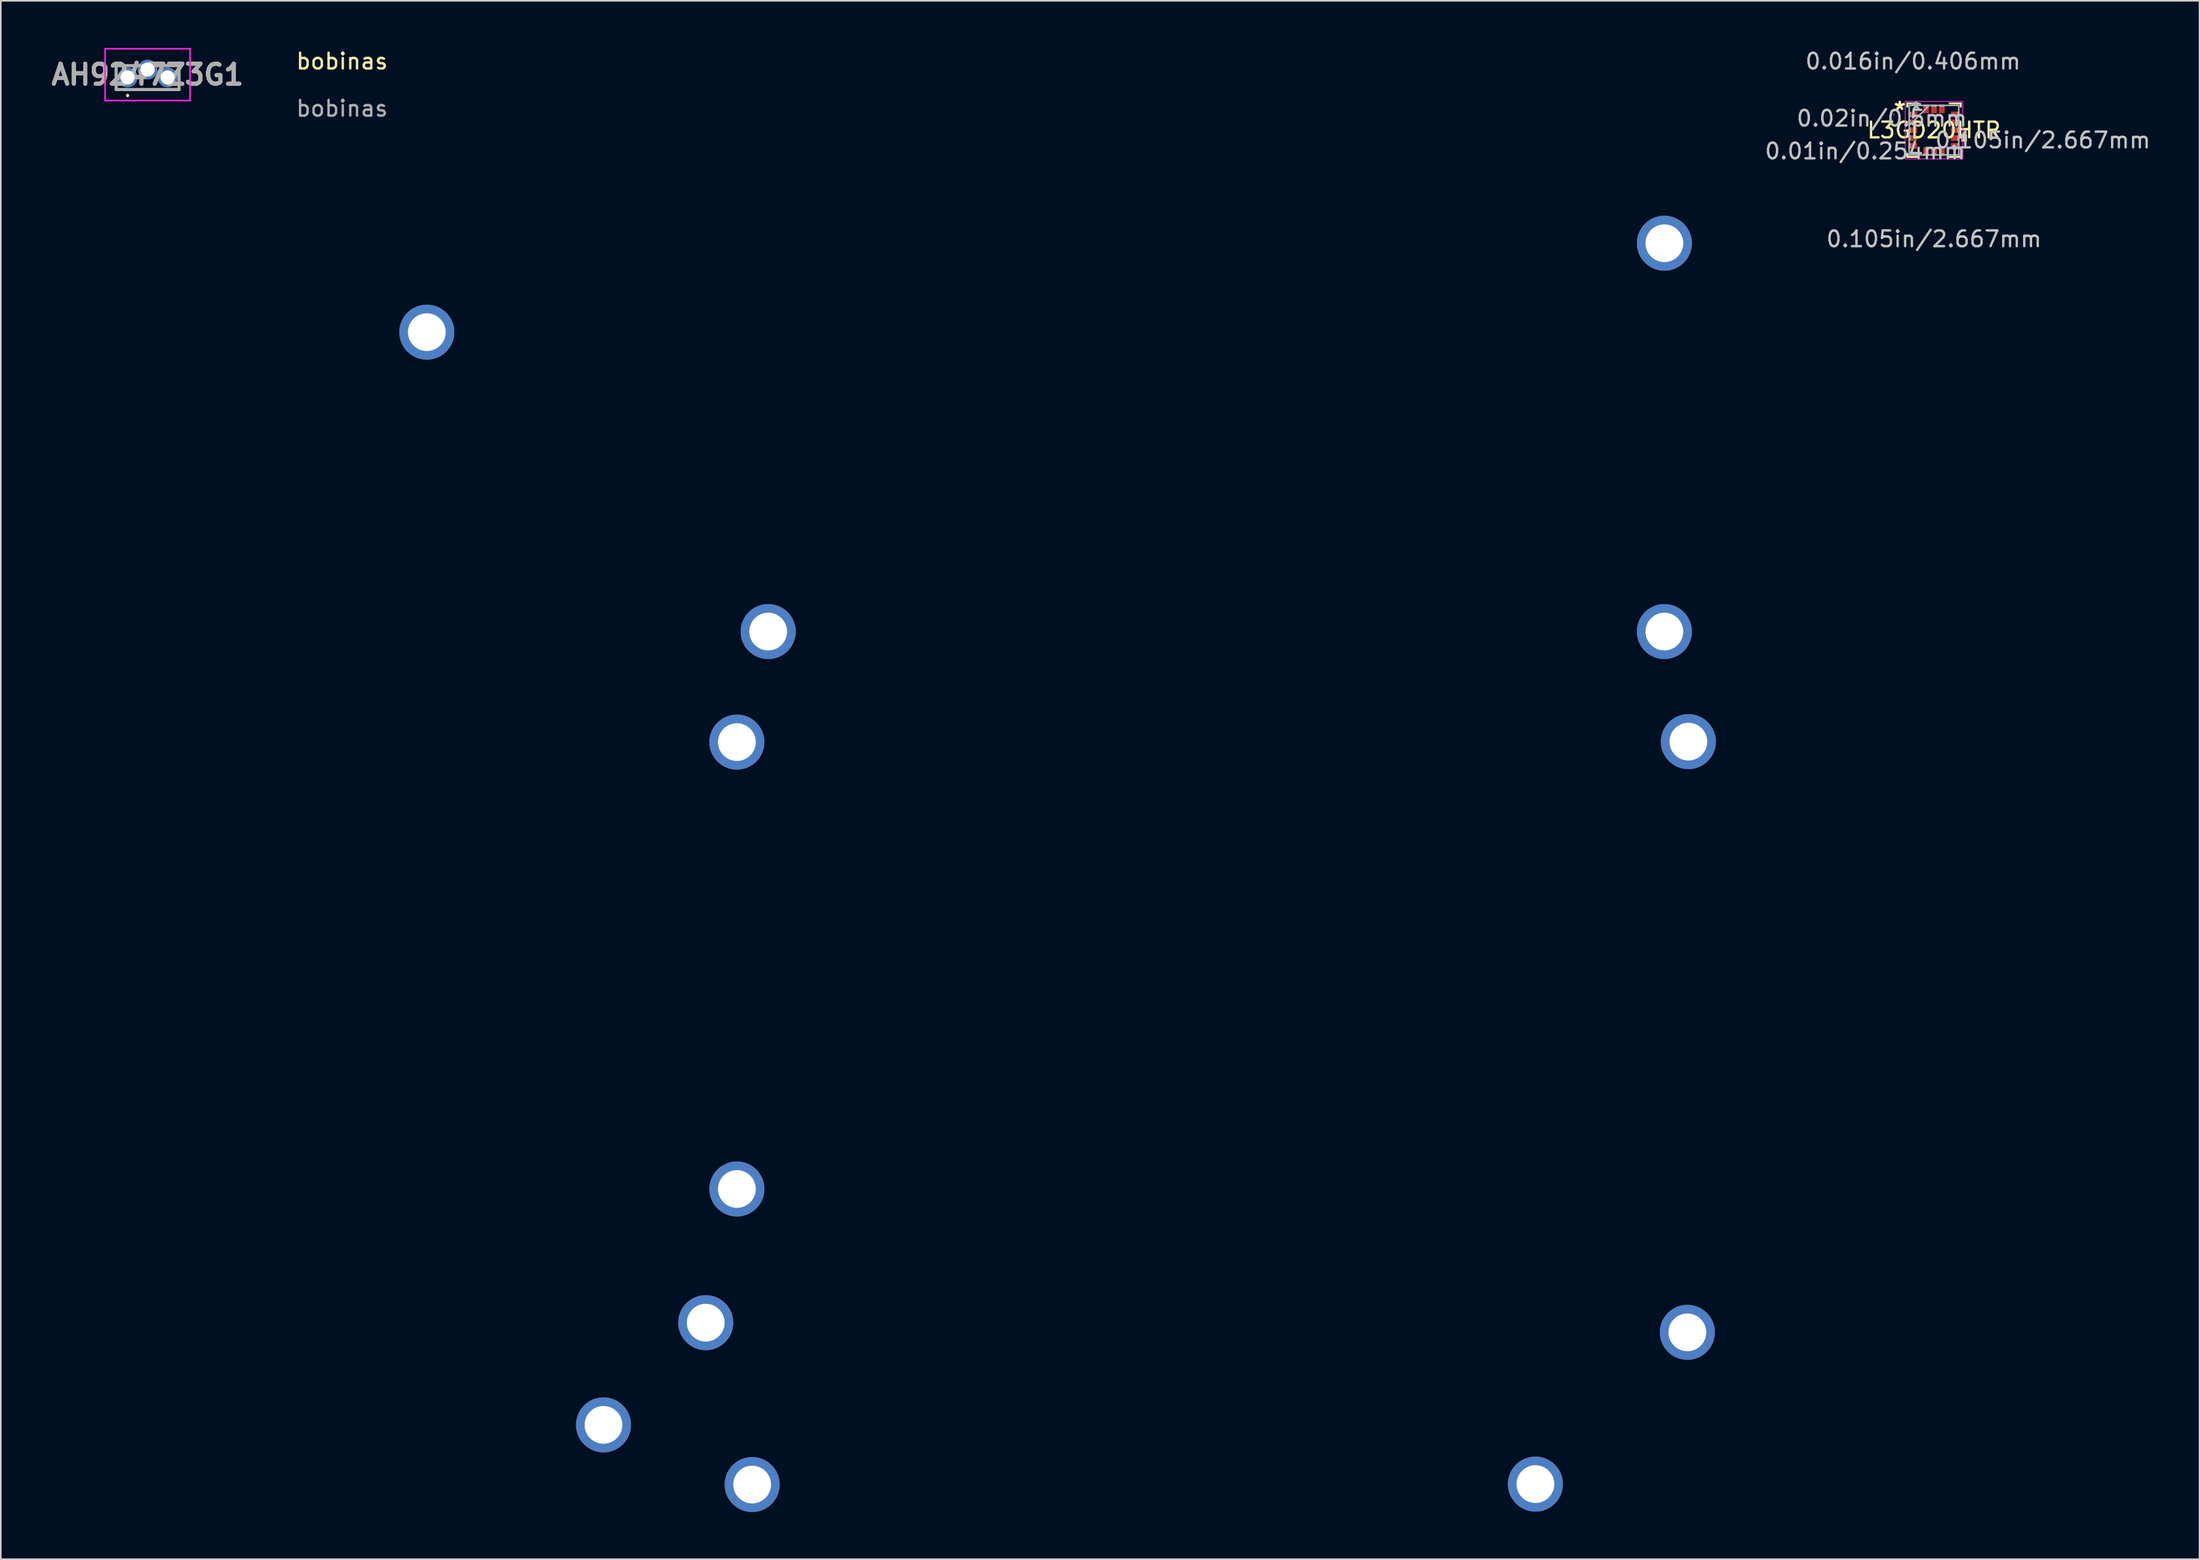
<source format=kicad_pcb>
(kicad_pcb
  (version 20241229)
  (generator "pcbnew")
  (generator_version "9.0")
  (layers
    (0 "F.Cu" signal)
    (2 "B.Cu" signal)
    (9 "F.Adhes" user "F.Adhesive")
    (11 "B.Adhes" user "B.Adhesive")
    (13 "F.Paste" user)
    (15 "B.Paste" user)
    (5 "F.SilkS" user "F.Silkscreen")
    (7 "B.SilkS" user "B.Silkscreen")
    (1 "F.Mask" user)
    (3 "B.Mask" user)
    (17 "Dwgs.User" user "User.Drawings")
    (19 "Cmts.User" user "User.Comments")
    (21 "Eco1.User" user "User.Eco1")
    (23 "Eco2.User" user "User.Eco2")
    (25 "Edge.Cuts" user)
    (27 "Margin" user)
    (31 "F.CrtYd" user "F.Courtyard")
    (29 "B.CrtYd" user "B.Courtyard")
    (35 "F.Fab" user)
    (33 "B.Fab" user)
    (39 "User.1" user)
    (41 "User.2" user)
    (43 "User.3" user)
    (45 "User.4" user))
  (footprint "AH9247Z3G1"
    (layer "F.Cu")
    (at 5.062 1.875)
    (property "Reference" "AH9247Z3G1" (at 1.27 -0.177 0) (layer "F.SilkS") (effects (font (size 1.27 1.27) (thickness 0.254))))
    (attr through_hole)
    (fp_line (start -0.73 0.77) (end 3.27 0.77) (stroke (width 0.1) (type solid)) (layer "F.SilkS"))
    (fp_line (start 0 1.1) (end 0 1.1) (stroke (width 0.1) (type solid)) (layer "F.SilkS"))
    (fp_line (start 0 1.2) (end 0 1.2) (stroke (width 0.1) (type solid)) (layer "F.SilkS"))
    (fp_arc (start 0 1.1) (mid 0.05 1.15) (end 0 1.2) (stroke (width 0.1) (type solid)) (layer "F.SilkS"))
    (fp_arc (start 0 1.2) (mid -0.05 1.15) (end 0 1.1) (stroke (width 0.1) (type solid)) (layer "F.SilkS"))
    (fp_line (start -1.43 -1.825) (end 3.97 -1.825) (stroke (width 0.1) (type solid)) (layer "F.CrtYd"))
    (fp_line (start -1.43 1.47) (end -1.43 -1.825) (stroke (width 0.1) (type solid)) (layer "F.CrtYd"))
    (fp_line (start 3.97 -1.825) (end 3.97 1.47) (stroke (width 0.1) (type solid)) (layer "F.CrtYd"))
    (fp_line (start 3.97 1.47) (end -1.43 1.47) (stroke (width 0.1) (type solid)) (layer "F.CrtYd"))
    (fp_line (start -0.73 -0.75) (end 3.27 -0.75) (stroke (width 0.2) (type solid)) (layer "F.Fab"))
    (fp_line (start -0.73 0.77) (end -0.73 -0.75) (stroke (width 0.2) (type solid)) (layer "F.Fab"))
    (fp_line (start 3.27 -0.75) (end 3.27 0.77) (stroke (width 0.2) (type solid)) (layer "F.Fab"))
    (fp_line (start 3.27 0.77) (end -0.73 0.77) (stroke (width 0.2) (type solid)) (layer "F.Fab"))
    (fp_text user "${REFERENCE}" (at 1.27 -0.177 0) (layer "F.Fab") (effects (font (size 1.27 1.27) (thickness 0.254))))
    (pad "1" thru_hole circle (at 0 0) (size 1.25 1.25) (drill 0.9) (layers "*.Cu" "*.Mask"))
    (pad "2" thru_hole circle (at 1.27 -0.5) (size 1.25 1.25) (drill 0.9) (layers "*.Cu" "*.Mask"))
    (pad "3" thru_hole circle (at 2.54 0) (size 1.25 1.25) (drill 0.9) (layers "*.Cu" "*.Mask")))
  (footprint "bobinas"
    (layer "F.Cu")
    (at 18.693 1.348)
    (property "Reference" "bobinas" (at 0 -0.5 0) (unlocked yes) (layer "F.SilkS") (effects (font (size 1 1) (thickness 0.15))))
    (attr through_hole)
    (fp_text user "${REFERENCE}" (at 0 2.5 0) (unlocked yes) (layer "F.Fab") (effects (font (size 1 1) (thickness 0.15))))
    (pad "" np_thru_hole circle (at 5.39 16.729) (size 3.5 3.5) (drill 2.4) (layers "*.Cu" "*.Mask"))
    (pad "" np_thru_hole circle (at 16.62 86.229) (size 3.5 3.5) (drill 2.4) (layers "*.Cu" "*.Mask"))
    (pad "" np_thru_hole circle (at 23.12 79.729) (size 3.5 3.5) (drill 2.4) (layers "*.Cu" "*.Mask"))
    (pad "" np_thru_hole circle (at 25.1 42.802) (size 3.5 3.5) (drill 2.4) (layers "*.Cu" "*.Mask"))
    (pad "" np_thru_hole circle (at 25.1 71.226) (size 3.5 3.5) (drill 2.4) (layers "*.Cu" "*.Mask"))
    (pad "" np_thru_hole circle (at 26.071 90.025) (size 3.5 3.5) (drill 2.4) (layers "*.Cu" "*.Mask"))
    (pad "" np_thru_hole circle (at 27.09 35.772) (size 3.5 3.5) (drill 2.4) (layers "*.Cu" "*.Mask"))
    (pad "" np_thru_hole circle (at 75.863 89.997) (size 3.5 3.5) (drill 2.4) (layers "*.Cu" "*.Mask"))
    (pad "" np_thru_hole circle (at 84.06 11.072) (size 3.5 3.5) (drill 2.4) (layers "*.Cu" "*.Mask"))
    (pad "" np_thru_hole circle (at 84.06 35.772) (size 3.5 3.5) (drill 2.4) (layers "*.Cu" "*.Mask"))
    (pad "" np_thru_hole circle (at 85.52 80.344) (size 3.5 3.5) (drill 2.4) (layers "*.Cu" "*.Mask"))
    (pad "" np_thru_hole circle (at 85.585 42.772) (size 3.5 3.5) (drill 2.4) (layers "*.Cu" "*.Mask")))
  (footprint "L3GD20HTR"
    (layer "F.Cu")
    (at 119.892 5.23)
    (property "Reference" "L3GD20HTR" (at 0 0 0) (layer "F.SilkS") (effects (font (size 1 1) (thickness 0.15))))
    (attr through_hole)
    (fp_line (start -1.702 -1.702) (end -1.702 -1.49) (stroke (width 0.12) (type solid)) (layer "F.SilkS"))
    (fp_line (start -1.702 1.49) (end -1.702 1.702) (stroke (width 0.12) (type solid)) (layer "F.SilkS"))
    (fp_line (start -1.702 1.702) (end -0.99 1.702) (stroke (width 0.12) (type solid)) (layer "F.SilkS"))
    (fp_line (start -0.99 -1.702) (end -1.702 -1.702) (stroke (width 0.12) (type solid)) (layer "F.SilkS"))
    (fp_line (start 0.99 1.702) (end 1.702 1.702) (stroke (width 0.12) (type solid)) (layer "F.SilkS"))
    (fp_line (start 1.702 -1.702) (end 0.99 -1.702) (stroke (width 0.12) (type solid)) (layer "F.SilkS"))
    (fp_line (start 1.702 -1.49) (end 1.702 -1.702) (stroke (width 0.12) (type solid)) (layer "F.SilkS"))
    (fp_line (start 1.702 1.702) (end 1.702 1.49) (stroke (width 0.12) (type solid)) (layer "F.SilkS"))
    (fp_poly (pts (xy 2.045 0.309) (xy 2.045 0.69) (xy 1.791 0.69) (xy 1.791 0.309)) (stroke (width 0.1) (type solid)) (fill yes) (layer "F.SilkS"))
    (fp_line (start -1.829 -1.829) (end -0.881 -1.829) (stroke (width 0.05) (type solid)) (layer "F.CrtYd"))
    (fp_line (start -1.829 -1.381) (end -1.829 -1.829) (stroke (width 0.05) (type solid)) (layer "F.CrtYd"))
    (fp_line (start -1.829 -1.381) (end -1.829 -1.381) (stroke (width 0.05) (type solid)) (layer "F.CrtYd"))
    (fp_line (start -1.829 1.381) (end -1.829 -1.381) (stroke (width 0.05) (type solid)) (layer "F.CrtYd"))
    (fp_line (start -1.829 1.381) (end -1.829 1.381) (stroke (width 0.05) (type solid)) (layer "F.CrtYd"))
    (fp_line (start -1.829 1.829) (end -1.829 1.381) (stroke (width 0.05) (type solid)) (layer "F.CrtYd"))
    (fp_line (start -0.881 -1.829) (end -0.881 -1.829) (stroke (width 0.05) (type solid)) (layer "F.CrtYd"))
    (fp_line (start -0.881 -1.829) (end 0.881 -1.829) (stroke (width 0.05) (type solid)) (layer "F.CrtYd"))
    (fp_line (start -0.881 1.829) (end -1.829 1.829) (stroke (width 0.05) (type solid)) (layer "F.CrtYd"))
    (fp_line (start -0.881 1.829) (end -0.881 1.829) (stroke (width 0.05) (type solid)) (layer "F.CrtYd"))
    (fp_line (start 0.881 -1.829) (end 0.881 -1.829) (stroke (width 0.05) (type solid)) (layer "F.CrtYd"))
    (fp_line (start 0.881 -1.829) (end 1.829 -1.829) (stroke (width 0.05) (type solid)) (layer "F.CrtYd"))
    (fp_line (start 0.881 1.829) (end -0.881 1.829) (stroke (width 0.05) (type solid)) (layer "F.CrtYd"))
    (fp_line (start 0.881 1.829) (end 0.881 1.829) (stroke (width 0.05) (type solid)) (layer "F.CrtYd"))
    (fp_line (start 1.829 -1.829) (end 1.829 -1.381) (stroke (width 0.05) (type solid)) (layer "F.CrtYd"))
    (fp_line (start 1.829 -1.381) (end 1.829 -1.381) (stroke (width 0.05) (type solid)) (layer "F.CrtYd"))
    (fp_line (start 1.829 -1.381) (end 1.829 1.381) (stroke (width 0.05) (type solid)) (layer "F.CrtYd"))
    (fp_line (start 1.829 1.381) (end 1.829 1.381) (stroke (width 0.05) (type solid)) (layer "F.CrtYd"))
    (fp_line (start 1.829 1.381) (end 1.829 1.829) (stroke (width 0.05) (type solid)) (layer "F.CrtYd"))
    (fp_line (start 1.829 1.829) (end 0.881 1.829) (stroke (width 0.05) (type solid)) (layer "F.CrtYd"))
    (fp_circle (center -2.54 -1) (end -2.54 -1) (stroke (width 0.05) (type solid)) (fill no) (layer "F.CrtYd"))
    (fp_line (start -1.575 -1.575) (end -1.575 -1.575) (stroke (width 0.1) (type solid)) (layer "F.Fab"))
    (fp_line (start -1.575 -1.575) (end -1.575 1.575) (stroke (width 0.1) (type solid)) (layer "F.Fab"))
    (fp_line (start -1.575 -1.127) (end -1.537 -1.127) (stroke (width 0.1) (type solid)) (layer "F.Fab"))
    (fp_line (start -1.575 -0.873) (end -1.575 -1.127) (stroke (width 0.1) (type solid)) (layer "F.Fab"))
    (fp_line (start -1.575 -0.627) (end -1.537 -0.627) (stroke (width 0.1) (type solid)) (layer "F.Fab"))
    (fp_line (start -1.575 -0.373) (end -1.575 -0.627) (stroke (width 0.1) (type solid)) (layer "F.Fab"))
    (fp_line (start -1.575 -0.305) (end -0.305 -1.575) (stroke (width 0.1) (type solid)) (layer "F.Fab"))
    (fp_line (start -1.575 -0.127) (end -1.537 -0.127) (stroke (width 0.1) (type solid)) (layer "F.Fab"))
    (fp_line (start -1.575 0.127) (end -1.575 -0.127) (stroke (width 0.1) (type solid)) (layer "F.Fab"))
    (fp_line (start -1.575 0.373) (end -1.537 0.373) (stroke (width 0.1) (type solid)) (layer "F.Fab"))
    (fp_line (start -1.575 0.627) (end -1.575 0.373) (stroke (width 0.1) (type solid)) (layer "F.Fab"))
    (fp_line (start -1.575 0.873) (end -1.537 0.873) (stroke (width 0.1) (type solid)) (layer "F.Fab"))
    (fp_line (start -1.575 1.127) (end -1.575 0.873) (stroke (width 0.1) (type solid)) (layer "F.Fab"))
    (fp_line (start -1.575 1.575) (end -1.575 1.575) (stroke (width 0.1) (type solid)) (layer "F.Fab"))
    (fp_line (start -1.575 1.575) (end 1.575 1.575) (stroke (width 0.1) (type solid)) (layer "F.Fab"))
    (fp_line (start -1.537 -1.127) (end -1.537 -0.873) (stroke (width 0.1) (type solid)) (layer "F.Fab"))
    (fp_line (start -1.537 -0.873) (end -1.575 -0.873) (stroke (width 0.1) (type solid)) (layer "F.Fab"))
    (fp_line (start -1.537 -0.627) (end -1.537 -0.373) (stroke (width 0.1) (type solid)) (layer "F.Fab"))
    (fp_line (start -1.537 -0.373) (end -1.575 -0.373) (stroke (width 0.1) (type solid)) (layer "F.Fab"))
    (fp_line (start -1.537 -0.127) (end -1.537 0.127) (stroke (width 0.1) (type solid)) (layer "F.Fab"))
    (fp_line (start -1.537 0.127) (end -1.575 0.127) (stroke (width 0.1) (type solid)) (layer "F.Fab"))
    (fp_line (start -1.537 0.373) (end -1.537 0.627) (stroke (width 0.1) (type solid)) (layer "F.Fab"))
    (fp_line (start -1.537 0.627) (end -1.575 0.627) (stroke (width 0.1) (type solid)) (layer "F.Fab"))
    (fp_line (start -1.537 0.873) (end -1.537 1.127) (stroke (width 0.1) (type solid)) (layer "F.Fab"))
    (fp_line (start -1.537 1.127) (end -1.575 1.127) (stroke (width 0.1) (type solid)) (layer "F.Fab"))
    (fp_line (start -0.627 -1.575) (end -0.373 -1.575) (stroke (width 0.1) (type solid)) (layer "F.Fab"))
    (fp_line (start -0.627 -1.537) (end -0.627 -1.575) (stroke (width 0.1) (type solid)) (layer "F.Fab"))
    (fp_line (start -0.627 1.537) (end -0.373 1.537) (stroke (width 0.1) (type solid)) (layer "F.Fab"))
    (fp_line (start -0.627 1.575) (end -0.627 1.537) (stroke (width 0.1) (type solid)) (layer "F.Fab"))
    (fp_line (start -0.373 -1.575) (end -0.373 -1.537) (stroke (width 0.1) (type solid)) (layer "F.Fab"))
    (fp_line (start -0.373 -1.537) (end -0.627 -1.537) (stroke (width 0.1) (type solid)) (layer "F.Fab"))
    (fp_line (start -0.373 1.537) (end -0.373 1.575) (stroke (width 0.1) (type solid)) (layer "F.Fab"))
    (fp_line (start -0.373 1.575) (end -0.627 1.575) (stroke (width 0.1) (type solid)) (layer "F.Fab"))
    (fp_line (start -0.127 -1.575) (end 0.127 -1.575) (stroke (width 0.1) (type solid)) (layer "F.Fab"))
    (fp_line (start -0.127 -1.537) (end -0.127 -1.575) (stroke (width 0.1) (type solid)) (layer "F.Fab"))
    (fp_line (start -0.127 1.537) (end 0.127 1.537) (stroke (width 0.1) (type solid)) (layer "F.Fab"))
    (fp_line (start -0.127 1.575) (end -0.127 1.537) (stroke (width 0.1) (type solid)) (layer "F.Fab"))
    (fp_line (start 0.127 -1.575) (end 0.127 -1.537) (stroke (width 0.1) (type solid)) (layer "F.Fab"))
    (fp_line (start 0.127 -1.537) (end -0.127 -1.537) (stroke (width 0.1) (type solid)) (layer "F.Fab"))
    (fp_line (start 0.127 1.537) (end 0.127 1.575) (stroke (width 0.1) (type solid)) (layer "F.Fab"))
    (fp_line (start 0.127 1.575) (end -0.127 1.575) (stroke (width 0.1) (type solid)) (layer "F.Fab"))
    (fp_line (start 0.373 -1.575) (end 0.627 -1.575) (stroke (width 0.1) (type solid)) (layer "F.Fab"))
    (fp_line (start 0.373 -1.537) (end 0.373 -1.575) (stroke (width 0.1) (type solid)) (layer "F.Fab"))
    (fp_line (start 0.373 1.537) (end 0.627 1.537) (stroke (width 0.1) (type solid)) (layer "F.Fab"))
    (fp_line (start 0.373 1.575) (end 0.373 1.537) (stroke (width 0.1) (type solid)) (layer "F.Fab"))
    (fp_line (start 0.627 -1.575) (end 0.627 -1.537) (stroke (width 0.1) (type solid)) (layer "F.Fab"))
    (fp_line (start 0.627 -1.537) (end 0.373 -1.537) (stroke (width 0.1) (type solid)) (layer "F.Fab"))
    (fp_line (start 0.627 1.537) (end 0.627 1.575) (stroke (width 0.1) (type solid)) (layer "F.Fab"))
    (fp_line (start 0.627 1.575) (end 0.373 1.575) (stroke (width 0.1) (type solid)) (layer "F.Fab"))
    (fp_line (start 1.537 -1.127) (end 1.575 -1.127) (stroke (width 0.1) (type solid)) (layer "F.Fab"))
    (fp_line (start 1.537 -0.873) (end 1.537 -1.127) (stroke (width 0.1) (type solid)) (layer "F.Fab"))
    (fp_line (start 1.537 -0.627) (end 1.575 -0.627) (stroke (width 0.1) (type solid)) (layer "F.Fab"))
    (fp_line (start 1.537 -0.373) (end 1.537 -0.627) (stroke (width 0.1) (type solid)) (layer "F.Fab"))
    (fp_line (start 1.537 -0.127) (end 1.575 -0.127) (stroke (width 0.1) (type solid)) (layer "F.Fab"))
    (fp_line (start 1.537 0.127) (end 1.537 -0.127) (stroke (width 0.1) (type solid)) (layer "F.Fab"))
    (fp_line (start 1.537 0.373) (end 1.575 0.373) (stroke (width 0.1) (type solid)) (layer "F.Fab"))
    (fp_line (start 1.537 0.627) (end 1.537 0.373) (stroke (width 0.1) (type solid)) (layer "F.Fab"))
    (fp_line (start 1.537 0.873) (end 1.575 0.873) (stroke (width 0.1) (type solid)) (layer "F.Fab"))
    (fp_line (start 1.537 1.127) (end 1.537 0.873) (stroke (width 0.1) (type solid)) (layer "F.Fab"))
    (fp_line (start 1.575 -1.575) (end -1.575 -1.575) (stroke (width 0.1) (type solid)) (layer "F.Fab"))
    (fp_line (start 1.575 -1.575) (end 1.575 -1.575) (stroke (width 0.1) (type solid)) (layer "F.Fab"))
    (fp_line (start 1.575 -1.127) (end 1.575 -0.873) (stroke (width 0.1) (type solid)) (layer "F.Fab"))
    (fp_line (start 1.575 -0.873) (end 1.537 -0.873) (stroke (width 0.1) (type solid)) (layer "F.Fab"))
    (fp_line (start 1.575 -0.627) (end 1.575 -0.373) (stroke (width 0.1) (type solid)) (layer "F.Fab"))
    (fp_line (start 1.575 -0.373) (end 1.537 -0.373) (stroke (width 0.1) (type solid)) (layer "F.Fab"))
    (fp_line (start 1.575 -0.127) (end 1.575 0.127) (stroke (width 0.1) (type solid)) (layer "F.Fab"))
    (fp_line (start 1.575 0.127) (end 1.537 0.127) (stroke (width 0.1) (type solid)) (layer "F.Fab"))
    (fp_line (start 1.575 0.373) (end 1.575 0.627) (stroke (width 0.1) (type solid)) (layer "F.Fab"))
    (fp_line (start 1.575 0.627) (end 1.537 0.627) (stroke (width 0.1) (type solid)) (layer "F.Fab"))
    (fp_line (start 1.575 0.873) (end 1.575 1.127) (stroke (width 0.1) (type solid)) (layer "F.Fab"))
    (fp_line (start 1.575 1.127) (end 1.537 1.127) (stroke (width 0.1) (type solid)) (layer "F.Fab"))
    (fp_line (start 1.575 1.575) (end 1.575 -1.575) (stroke (width 0.1) (type solid)) (layer "F.Fab"))
    (fp_line (start 1.575 1.575) (end 1.575 1.575) (stroke (width 0.1) (type solid)) (layer "F.Fab"))
    (fp_text user "*" (at -2.172 -1.25 0) (layer "F.SilkS") (effects (font (size 1 1) (thickness 0.15))))
    (fp_text user "*" (at -2.172 -1.25 0) (layer "F.SilkS") (effects (font (size 1 1) (thickness 0.15))))
    (fp_text user "0.01in/0.254mm" (at -4.381 1.333 0) (layer "Dwgs.User") (effects (font (size 1 1) (thickness 0.15))))
    (fp_text user "0.02in/0.5mm" (at -3.315 -0.75 0) (layer "Dwgs.User") (effects (font (size 1 1) (thickness 0.15))))
    (fp_text user "0.105in/2.667mm" (at 6.921 0.635 0) (layer "Dwgs.User") (effects (font (size 1 1) (thickness 0.15))))
    (fp_text user "0.016in/0.406mm" (at -1.333 -4.381 0) (layer "Dwgs.User") (effects (font (size 1 1) (thickness 0.15))))
    (fp_text user "0.105in/2.667mm" (at 0 6.921 0) (layer "Dwgs.User") (effects (font (size 1 1) (thickness 0.15))))
    (fp_text user "Copyright 2021 Accelerated Designs. All rights reserved." (at 0 0 0) (layer "Cmts.User") (effects (font (size 0.127 0.127) (thickness 0.002))))
    (fp_text user "*" (at -1.13 -1.25 0) (layer "F.Fab") (effects (font (size 1 1) (thickness 0.15))))
    (fp_text user "*" (at -1.13 -1.25 0) (layer "F.Fab") (effects (font (size 1 1) (thickness 0.15))))
    (pad "1" smd rect (at -1.333 -1 90) (size 0.356 0.508) (layers "F.Cu" "F.Mask" "F.Paste"))
    (pad "2" smd rect (at -1.333 -0.5 90) (size 0.356 0.508) (layers "F.Cu" "F.Mask" "F.Paste"))
    (pad "3" smd rect (at -1.333 0 90) (size 0.356 0.508) (layers "F.Cu" "F.Mask" "F.Paste"))
    (pad "4" smd rect (at -1.333 0.5 90) (size 0.356 0.508) (layers "F.Cu" "F.Mask" "F.Paste"))
    (pad "5" smd rect (at -1.333 1 90) (size 0.356 0.508) (layers "F.Cu" "F.Mask" "F.Paste"))
    (pad "6" smd rect (at -0.5 1.333) (size 0.356 0.508) (layers "F.Cu" "F.Mask" "F.Paste"))
    (pad "7" smd rect (at 0 1.333) (size 0.356 0.508) (layers "F.Cu" "F.Mask" "F.Paste"))
    (pad "8" smd rect (at 0.5 1.333) (size 0.356 0.508) (layers "F.Cu" "F.Mask" "F.Paste"))
    (pad "9" smd rect (at 1.333 1 90) (size 0.356 0.508) (layers "F.Cu" "F.Mask" "F.Paste"))
    (pad "10" smd rect (at 1.333 0.5 90) (size 0.356 0.508) (layers "F.Cu" "F.Mask" "F.Paste"))
    (pad "11" smd rect (at 1.333 0 90) (size 0.356 0.508) (layers "F.Cu" "F.Mask" "F.Paste"))
    (pad "12" smd rect (at 1.333 -0.5 90) (size 0.356 0.508) (layers "F.Cu" "F.Mask" "F.Paste"))
    (pad "13" smd rect (at 1.333 -1 90) (size 0.356 0.508) (layers "F.Cu" "F.Mask" "F.Paste"))
    (pad "14" smd rect (at 0.5 -1.333) (size 0.356 0.508) (layers "F.Cu" "F.Mask" "F.Paste"))
    (pad "15" smd rect (at 0 -1.333) (size 0.356 0.508) (layers "F.Cu" "F.Mask" "F.Paste"))
    (pad "16" smd rect (at -0.5 -1.333) (size 0.356 0.508) (layers "F.Cu" "F.Mask" "F.Paste")))
  (gr_rect
    (start -3 -3)
    (end 136.772 96.123)
    (stroke (width 0.1) (type default))
    (fill no)
    (layer "Edge.Cuts")))
</source>
